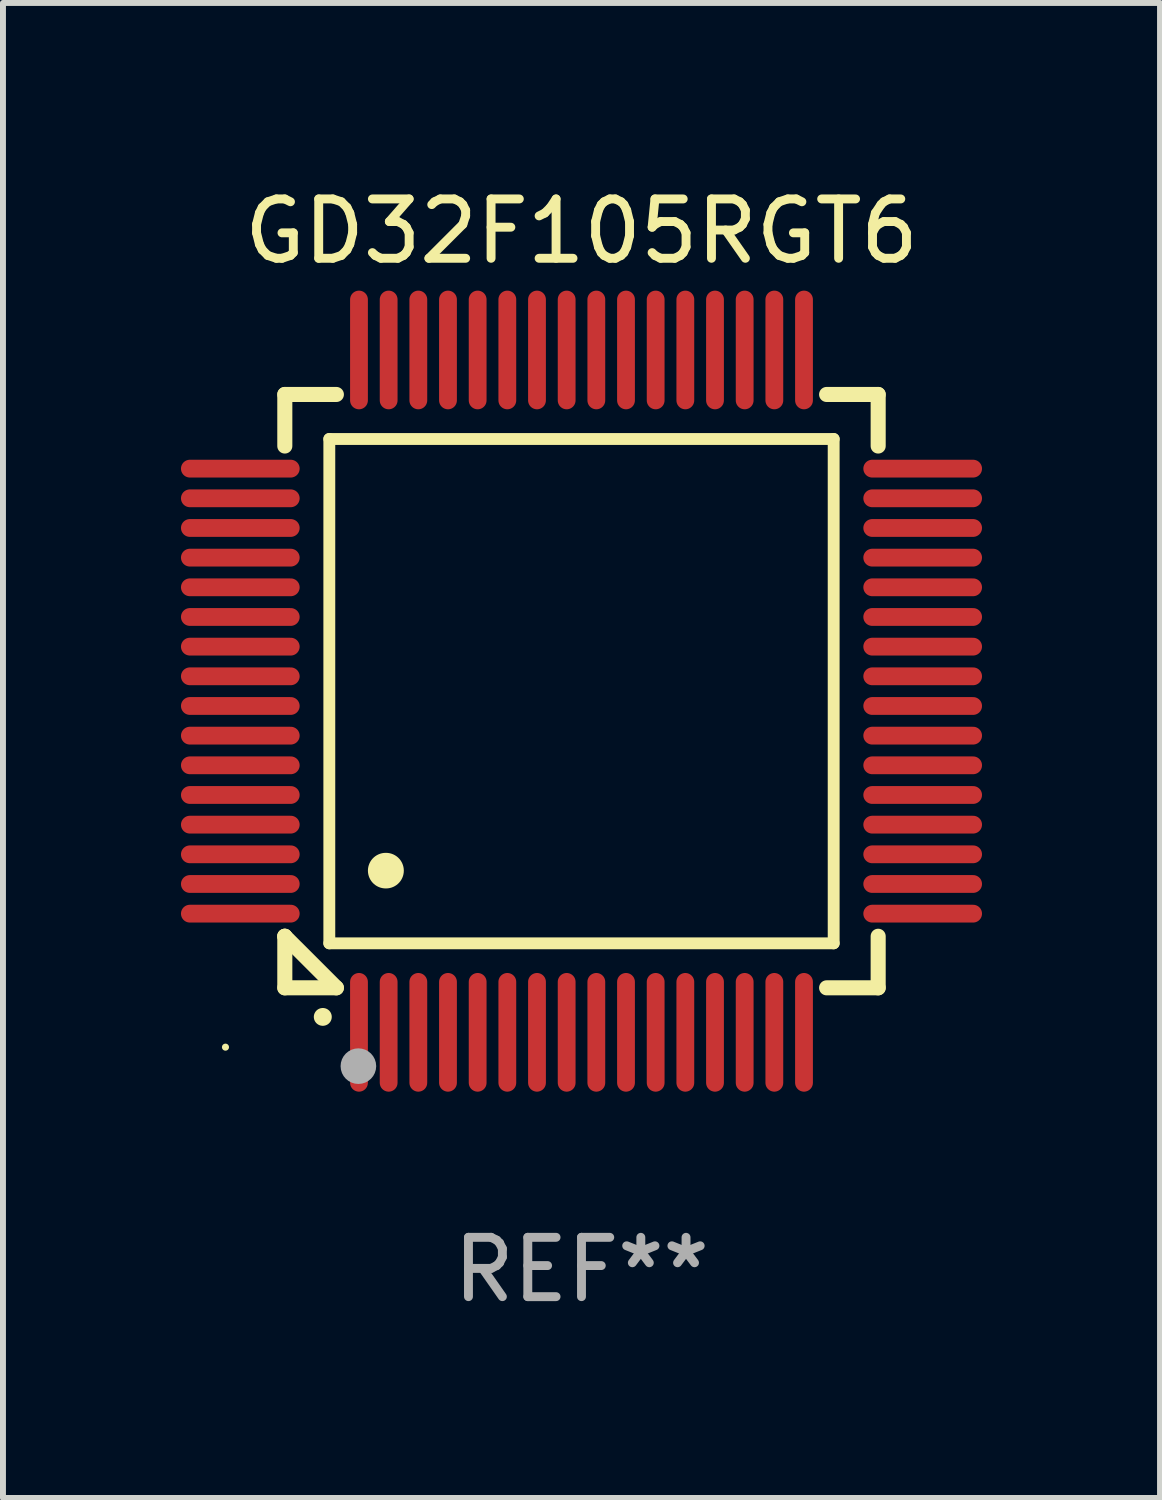
<source format=kicad_pcb>
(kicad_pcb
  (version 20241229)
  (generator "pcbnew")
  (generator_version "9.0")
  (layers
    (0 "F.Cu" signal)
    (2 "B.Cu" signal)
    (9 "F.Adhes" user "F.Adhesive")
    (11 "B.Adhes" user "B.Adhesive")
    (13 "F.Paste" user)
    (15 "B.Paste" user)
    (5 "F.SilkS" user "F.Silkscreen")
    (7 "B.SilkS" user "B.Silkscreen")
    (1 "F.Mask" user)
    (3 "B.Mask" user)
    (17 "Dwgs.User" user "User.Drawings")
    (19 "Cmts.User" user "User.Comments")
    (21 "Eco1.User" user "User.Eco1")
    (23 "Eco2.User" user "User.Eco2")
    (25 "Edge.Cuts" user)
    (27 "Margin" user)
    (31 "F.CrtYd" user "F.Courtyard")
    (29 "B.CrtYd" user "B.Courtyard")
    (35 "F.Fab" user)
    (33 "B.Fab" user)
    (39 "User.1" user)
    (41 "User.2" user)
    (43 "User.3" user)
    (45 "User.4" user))
  (footprint "GD32F105RGT6"
    (layer "F.Cu")
    (at 6.75 8.598)
    (property "Reference" "GD32F105RGT6" (at 0 -7.75 0) (layer "F.SilkS") (effects (font (size 1 1) (thickness 0.15))))
    (attr through_hole)
    (fp_line (start -5 -5) (end -4.131 -5) (stroke (width 0.254) (type solid)) (layer "F.SilkS"))
    (fp_line (start -5 -4.131) (end -5 -5) (stroke (width 0.254) (type solid)) (layer "F.SilkS"))
    (fp_line (start -5 4.131) (end -5 4.131) (stroke (width 0.254) (type solid)) (layer "F.SilkS"))
    (fp_line (start -5 5) (end -5 4.131) (stroke (width 0.254) (type solid)) (layer "F.SilkS"))
    (fp_line (start -5 4.131) (end -4.131 5) (stroke (width 0.254) (type solid)) (layer "F.SilkS"))
    (fp_line (start -4.25 -4.25) (end -4.25 4.25) (stroke (width 0.2) (type solid)) (layer "F.SilkS"))
    (fp_line (start -4.25 4.25) (end 4.25 4.25) (stroke (width 0.2) (type solid)) (layer "F.SilkS"))
    (fp_line (start -4.131 5) (end -5 5) (stroke (width 0.254) (type solid)) (layer "F.SilkS"))
    (fp_line (start 4.25 -4.25) (end -4.25 -4.25) (stroke (width 0.2) (type solid)) (layer "F.SilkS"))
    (fp_line (start 4.25 4.25) (end 4.25 -4.25) (stroke (width 0.2) (type solid)) (layer "F.SilkS"))
    (fp_line (start 5 -5) (end 4.131 -5) (stroke (width 0.254) (type solid)) (layer "F.SilkS"))
    (fp_line (start 5 -5) (end 5 -4.131) (stroke (width 0.254) (type solid)) (layer "F.SilkS"))
    (fp_line (start 5 4.131) (end 5 5) (stroke (width 0.254) (type solid)) (layer "F.SilkS"))
    (fp_line (start 5 5) (end 4.131 5) (stroke (width 0.254) (type solid)) (layer "F.SilkS"))
    (fp_arc (start -4.361265 5.489992) (mid -4.359995 5.489987) (end -4.358725 5.489992) (stroke (width 0.3) (type solid)) (layer "F.SilkS"))
    (fp_arc (start -3.299467 3.025146) (mid -3.296927 3.025135) (end -3.294387 3.025146) (stroke (width 0.6) (type solid)) (layer "F.SilkS"))
    (fp_circle (center -6 6) (end -5.97 6) (stroke (width 0.06) (type solid)) (fill no) (layer "F.SilkS"))
    (fp_circle (center -3.76 6.32) (end -3.61 6.32) (stroke (width 0.3) (type solid)) (fill no) (layer "F.Fab"))
    (fp_text user "REF**" (at 0 9.75 0) (layer "F.Fab") (effects (font (size 1 1) (thickness 0.15))))
    (pad "1" smd oval (at -3.75 5.75) (size 0.3 2) (layers "F.Cu" "F.Mask" "F.Paste"))
    (pad "2" smd oval (at -3.25 5.75) (size 0.3 2) (layers "F.Cu" "F.Mask" "F.Paste"))
    (pad "3" smd oval (at -2.75 5.75) (size 0.3 2) (layers "F.Cu" "F.Mask" "F.Paste"))
    (pad "4" smd oval (at -2.25 5.75) (size 0.3 2) (layers "F.Cu" "F.Mask" "F.Paste"))
    (pad "5" smd oval (at -1.75 5.75) (size 0.3 2) (layers "F.Cu" "F.Mask" "F.Paste"))
    (pad "6" smd oval (at -1.25 5.75) (size 0.3 2) (layers "F.Cu" "F.Mask" "F.Paste"))
    (pad "7" smd oval (at -0.75 5.75) (size 0.3 2) (layers "F.Cu" "F.Mask" "F.Paste"))
    (pad "8" smd oval (at -0.25 5.75) (size 0.3 2) (layers "F.Cu" "F.Mask" "F.Paste"))
    (pad "9" smd oval (at 0.25 5.75) (size 0.3 2) (layers "F.Cu" "F.Mask" "F.Paste"))
    (pad "10" smd oval (at 0.75 5.75) (size 0.3 2) (layers "F.Cu" "F.Mask" "F.Paste"))
    (pad "11" smd oval (at 1.25 5.75) (size 0.3 2) (layers "F.Cu" "F.Mask" "F.Paste"))
    (pad "12" smd oval (at 1.75 5.75) (size 0.3 2) (layers "F.Cu" "F.Mask" "F.Paste"))
    (pad "13" smd oval (at 2.25 5.75) (size 0.3 2) (layers "F.Cu" "F.Mask" "F.Paste"))
    (pad "14" smd oval (at 2.75 5.75) (size 0.3 2) (layers "F.Cu" "F.Mask" "F.Paste"))
    (pad "15" smd oval (at 3.25 5.75) (size 0.3 2) (layers "F.Cu" "F.Mask" "F.Paste"))
    (pad "16" smd oval (at 3.75 5.75) (size 0.3 2) (layers "F.Cu" "F.Mask" "F.Paste"))
    (pad "17" smd oval (at 5.75 3.75) (size 2 0.3) (layers "F.Cu" "F.Mask" "F.Paste"))
    (pad "18" smd oval (at 5.75 3.25) (size 2 0.3) (layers "F.Cu" "F.Mask" "F.Paste"))
    (pad "19" smd oval (at 5.75 2.75) (size 2 0.3) (layers "F.Cu" "F.Mask" "F.Paste"))
    (pad "20" smd oval (at 5.75 2.25) (size 2 0.3) (layers "F.Cu" "F.Mask" "F.Paste"))
    (pad "21" smd oval (at 5.75 1.75) (size 2 0.3) (layers "F.Cu" "F.Mask" "F.Paste"))
    (pad "22" smd oval (at 5.75 1.25) (size 2 0.3) (layers "F.Cu" "F.Mask" "F.Paste"))
    (pad "23" smd oval (at 5.75 0.75) (size 2 0.3) (layers "F.Cu" "F.Mask" "F.Paste"))
    (pad "24" smd oval (at 5.75 0.25) (size 2 0.3) (layers "F.Cu" "F.Mask" "F.Paste"))
    (pad "25" smd oval (at 5.75 -0.25) (size 2 0.3) (layers "F.Cu" "F.Mask" "F.Paste"))
    (pad "26" smd oval (at 5.75 -0.75) (size 2 0.3) (layers "F.Cu" "F.Mask" "F.Paste"))
    (pad "27" smd oval (at 5.75 -1.25) (size 2 0.3) (layers "F.Cu" "F.Mask" "F.Paste"))
    (pad "28" smd oval (at 5.75 -1.75) (size 2 0.3) (layers "F.Cu" "F.Mask" "F.Paste"))
    (pad "29" smd oval (at 5.75 -2.25) (size 2 0.3) (layers "F.Cu" "F.Mask" "F.Paste"))
    (pad "30" smd oval (at 5.75 -2.75) (size 2 0.3) (layers "F.Cu" "F.Mask" "F.Paste"))
    (pad "31" smd oval (at 5.75 -3.25) (size 2 0.3) (layers "F.Cu" "F.Mask" "F.Paste"))
    (pad "32" smd oval (at 5.75 -3.75) (size 2 0.3) (layers "F.Cu" "F.Mask" "F.Paste"))
    (pad "33" smd oval (at 3.75 -5.75) (size 0.3 2) (layers "F.Cu" "F.Mask" "F.Paste"))
    (pad "34" smd oval (at 3.25 -5.75) (size 0.3 2) (layers "F.Cu" "F.Mask" "F.Paste"))
    (pad "35" smd oval (at 2.75 -5.75) (size 0.3 2) (layers "F.Cu" "F.Mask" "F.Paste"))
    (pad "36" smd oval (at 2.25 -5.75) (size 0.3 2) (layers "F.Cu" "F.Mask" "F.Paste"))
    (pad "37" smd oval (at 1.75 -5.75) (size 0.3 2) (layers "F.Cu" "F.Mask" "F.Paste"))
    (pad "38" smd oval (at 1.25 -5.75) (size 0.3 2) (layers "F.Cu" "F.Mask" "F.Paste"))
    (pad "39" smd oval (at 0.75 -5.75) (size 0.3 2) (layers "F.Cu" "F.Mask" "F.Paste"))
    (pad "40" smd oval (at 0.25 -5.75) (size 0.3 2) (layers "F.Cu" "F.Mask" "F.Paste"))
    (pad "41" smd oval (at -0.25 -5.75) (size 0.3 2) (layers "F.Cu" "F.Mask" "F.Paste"))
    (pad "42" smd oval (at -0.75 -5.75) (size 0.3 2) (layers "F.Cu" "F.Mask" "F.Paste"))
    (pad "43" smd oval (at -1.25 -5.75) (size 0.3 2) (layers "F.Cu" "F.Mask" "F.Paste"))
    (pad "44" smd oval (at -1.75 -5.75) (size 0.3 2) (layers "F.Cu" "F.Mask" "F.Paste"))
    (pad "45" smd oval (at -2.25 -5.75) (size 0.3 2) (layers "F.Cu" "F.Mask" "F.Paste"))
    (pad "46" smd oval (at -2.75 -5.75) (size 0.3 2) (layers "F.Cu" "F.Mask" "F.Paste"))
    (pad "47" smd oval (at -3.25 -5.75) (size 0.3 2) (layers "F.Cu" "F.Mask" "F.Paste"))
    (pad "48" smd oval (at -3.75 -5.75) (size 0.3 2) (layers "F.Cu" "F.Mask" "F.Paste"))
    (pad "49" smd oval (at -5.75 -3.75) (size 2 0.3) (layers "F.Cu" "F.Mask" "F.Paste"))
    (pad "50" smd oval (at -5.75 -3.25) (size 2 0.3) (layers "F.Cu" "F.Mask" "F.Paste"))
    (pad "51" smd oval (at -5.75 -2.75) (size 2 0.3) (layers "F.Cu" "F.Mask" "F.Paste"))
    (pad "52" smd oval (at -5.75 -2.25) (size 2 0.3) (layers "F.Cu" "F.Mask" "F.Paste"))
    (pad "53" smd oval (at -5.75 -1.75) (size 2 0.3) (layers "F.Cu" "F.Mask" "F.Paste"))
    (pad "54" smd oval (at -5.75 -1.25) (size 2 0.3) (layers "F.Cu" "F.Mask" "F.Paste"))
    (pad "55" smd oval (at -5.75 -0.75) (size 2 0.3) (layers "F.Cu" "F.Mask" "F.Paste"))
    (pad "56" smd oval (at -5.75 -0.25) (size 2 0.3) (layers "F.Cu" "F.Mask" "F.Paste"))
    (pad "57" smd oval (at -5.75 0.25) (size 2 0.3) (layers "F.Cu" "F.Mask" "F.Paste"))
    (pad "58" smd oval (at -5.75 0.75) (size 2 0.3) (layers "F.Cu" "F.Mask" "F.Paste"))
    (pad "59" smd oval (at -5.75 1.25) (size 2 0.3) (layers "F.Cu" "F.Mask" "F.Paste"))
    (pad "60" smd oval (at -5.75 1.75) (size 2 0.3) (layers "F.Cu" "F.Mask" "F.Paste"))
    (pad "61" smd oval (at -5.75 2.25) (size 2 0.3) (layers "F.Cu" "F.Mask" "F.Paste"))
    (pad "62" smd oval (at -5.75 2.75) (size 2 0.3) (layers "F.Cu" "F.Mask" "F.Paste"))
    (pad "63" smd oval (at -5.75 3.25) (size 2 0.3) (layers "F.Cu" "F.Mask" "F.Paste"))
    (pad "64" smd oval (at -5.75 3.75) (size 2 0.3) (layers "F.Cu" "F.Mask" "F.Paste")))
  (gr_rect
    (start -3 -3)
    (end 16.5 22.196)
    (stroke (width 0.1) (type default))
    (fill no)
    (layer "Edge.Cuts")))
</source>
